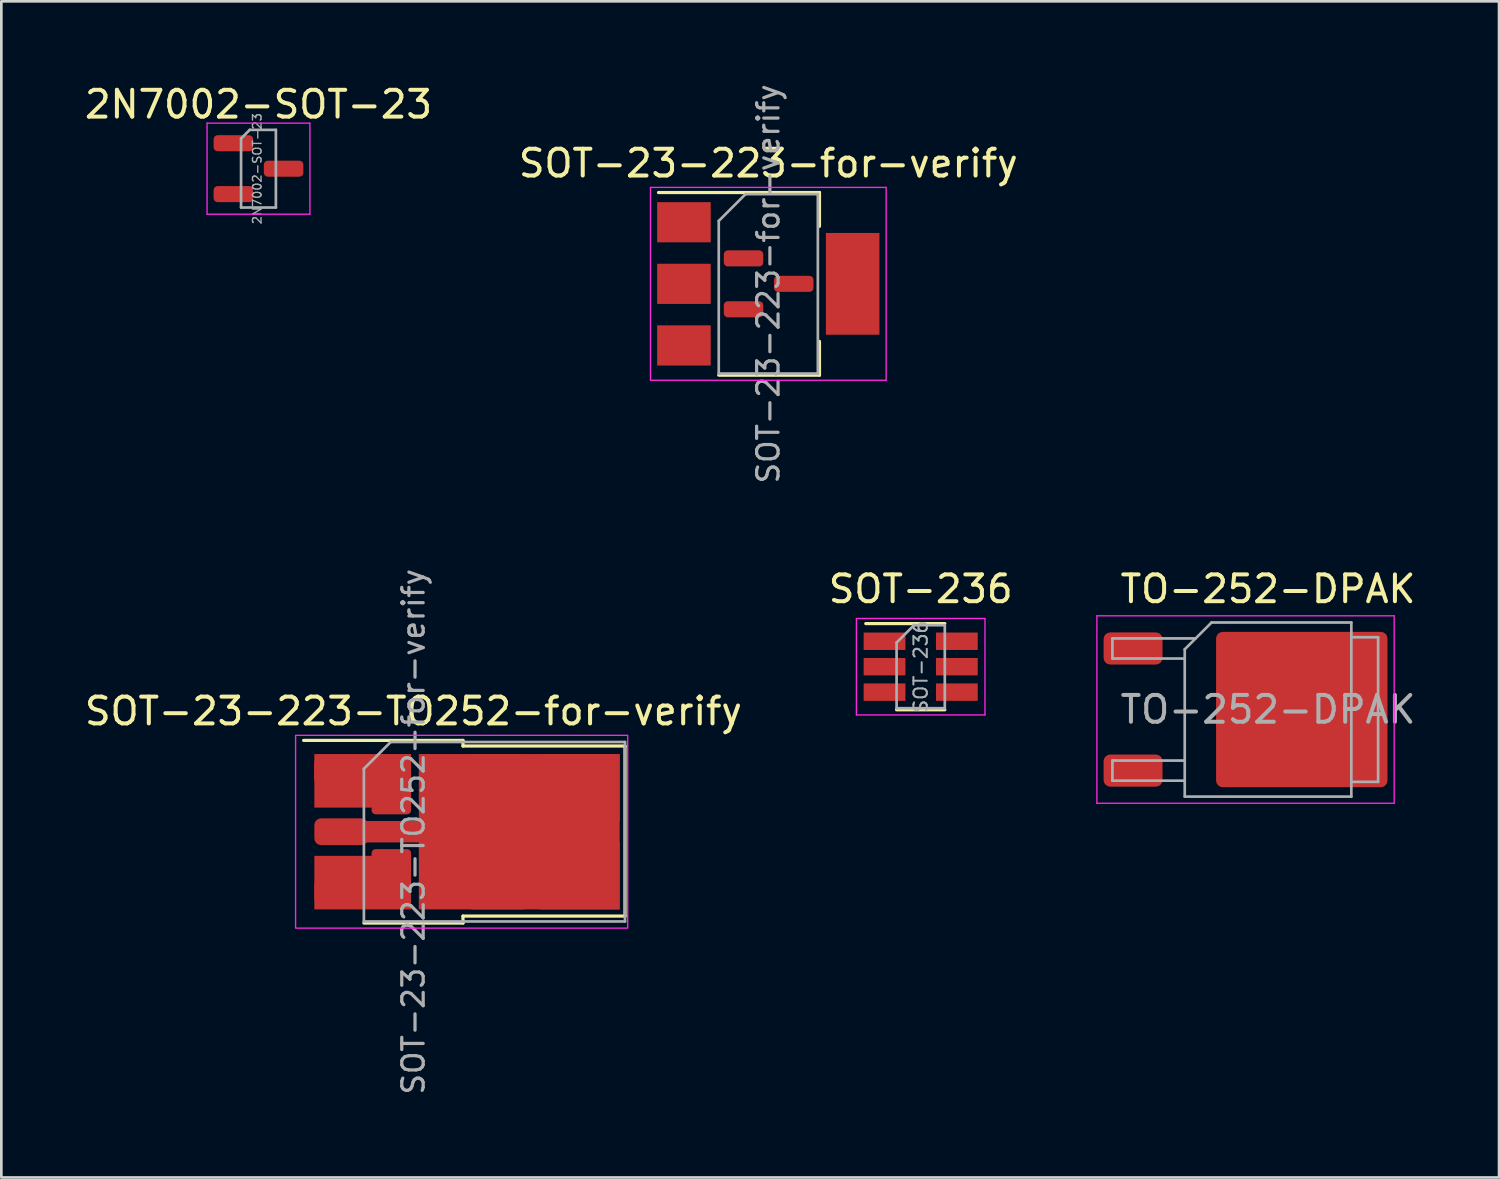
<source format=kicad_pcb>
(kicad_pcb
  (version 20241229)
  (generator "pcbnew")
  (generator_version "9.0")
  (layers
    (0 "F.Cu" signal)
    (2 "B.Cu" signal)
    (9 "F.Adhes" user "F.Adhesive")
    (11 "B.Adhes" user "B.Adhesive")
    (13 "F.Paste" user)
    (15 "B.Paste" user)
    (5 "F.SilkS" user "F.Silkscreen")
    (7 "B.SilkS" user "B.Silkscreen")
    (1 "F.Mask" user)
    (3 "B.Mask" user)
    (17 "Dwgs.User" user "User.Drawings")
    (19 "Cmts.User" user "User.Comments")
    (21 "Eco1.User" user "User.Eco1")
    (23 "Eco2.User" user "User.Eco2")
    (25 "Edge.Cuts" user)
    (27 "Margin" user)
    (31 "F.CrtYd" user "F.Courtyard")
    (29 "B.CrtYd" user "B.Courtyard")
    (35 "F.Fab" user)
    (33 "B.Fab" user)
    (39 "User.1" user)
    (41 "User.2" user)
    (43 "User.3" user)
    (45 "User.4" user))
  (footprint "SOT-236"
    (layer "F.Cu")
    (at 31.327 21.843)
    (property "Reference" "SOT-236" (at 0 -2.9 0) (layer "F.SilkS") (effects (font (size 1 1) (thickness 0.15))))
    (attr smd)
    (fp_line (start -0.9 1.61) (end 0.9 1.61) (stroke (width 0.12) (type solid)) (layer "F.SilkS"))
    (fp_line (start 0.9 -1.61) (end -2.05 -1.61) (stroke (width 0.12) (type solid)) (layer "F.SilkS"))
    (fp_line (start -2.4 -1.8) (end 2.4 -1.8) (stroke (width 0.05) (type solid)) (layer "F.CrtYd"))
    (fp_line (start -2.4 1.8) (end -2.4 -1.8) (stroke (width 0.05) (type solid)) (layer "F.CrtYd"))
    (fp_line (start 2.4 -1.8) (end 2.4 1.8) (stroke (width 0.05) (type solid)) (layer "F.CrtYd"))
    (fp_line (start 2.4 1.8) (end -2.4 1.8) (stroke (width 0.05) (type solid)) (layer "F.CrtYd"))
    (fp_line (start -0.9 -0.9) (end -0.9 1.55) (stroke (width 0.1) (type solid)) (layer "F.Fab"))
    (fp_line (start -0.9 -0.9) (end -0.25 -1.55) (stroke (width 0.1) (type solid)) (layer "F.Fab"))
    (fp_line (start 0.9 -1.55) (end -0.25 -1.55) (stroke (width 0.1) (type solid)) (layer "F.Fab"))
    (fp_line (start 0.9 -1.55) (end 0.9 1.55) (stroke (width 0.1) (type solid)) (layer "F.Fab"))
    (fp_line (start 0.9 1.55) (end -0.9 1.55) (stroke (width 0.1) (type solid)) (layer "F.Fab"))
    (fp_text user "${REFERENCE}" (at 0 0 90) (layer "F.Fab") (effects (font (size 0.5 0.5) (thickness 0.075))))
    (pad "1" smd rect (at -1.35 -0.95) (size 1.56 0.65) (layers "F.Cu" "F.Mask" "F.Paste"))
    (pad "2" smd rect (at -1.35 0) (size 1.56 0.65) (layers "F.Cu" "F.Mask" "F.Paste"))
    (pad "3" smd rect (at -1.35 0.95) (size 1.56 0.65) (layers "F.Cu" "F.Mask" "F.Paste"))
    (pad "4" smd rect (at 1.35 0.95) (size 1.56 0.65) (layers "F.Cu" "F.Mask" "F.Paste"))
    (pad "5" smd rect (at 1.35 0) (size 1.56 0.65) (layers "F.Cu" "F.Mask" "F.Paste"))
    (pad "6" smd rect (at 1.35 -0.95) (size 1.56 0.65) (layers "F.Cu" "F.Mask" "F.Paste")))
  (footprint "2N7002-SOT-23"
    (layer "F.Cu")
    (at 6.601 3.248)
    (property "Reference" "2N7002-SOT-23" (at 0 -2.4 0) (layer "F.SilkS") (effects (font (size 1 1) (thickness 0.15))))
    (attr smd)
    (fp_line (start -1.92 -1.7) (end -1.92 1.7) (stroke (width 0.05) (type solid)) (layer "F.CrtYd"))
    (fp_line (start -1.92 1.7) (end 1.92 1.7) (stroke (width 0.05) (type solid)) (layer "F.CrtYd"))
    (fp_line (start 1.92 -1.7) (end -1.92 -1.7) (stroke (width 0.05) (type solid)) (layer "F.CrtYd"))
    (fp_line (start 1.92 1.7) (end 1.92 -1.7) (stroke (width 0.05) (type solid)) (layer "F.CrtYd"))
    (fp_line (start -0.65 -1.125) (end -0.325 -1.45) (stroke (width 0.1) (type solid)) (layer "F.Fab"))
    (fp_line (start -0.65 1.45) (end -0.65 -1.125) (stroke (width 0.1) (type solid)) (layer "F.Fab"))
    (fp_line (start -0.325 -1.45) (end 0.65 -1.45) (stroke (width 0.1) (type solid)) (layer "F.Fab"))
    (fp_line (start 0.65 -1.45) (end 0.65 1.45) (stroke (width 0.1) (type solid)) (layer "F.Fab"))
    (fp_line (start 0.65 1.45) (end -0.65 1.45) (stroke (width 0.1) (type solid)) (layer "F.Fab"))
    (fp_text user "${REFERENCE}" (at -0.05 0 90) (layer "F.Fab") (effects (font (size 0.32 0.32) (thickness 0.05))))
    (pad "1" smd roundrect (at -0.938 -0.95) (size 1.475 0.6) (layers "F.Cu" "F.Mask" "F.Paste") (roundrect_rratio 0.25))
    (pad "2" smd roundrect (at -0.938 0.95) (size 1.475 0.6) (layers "F.Cu" "F.Mask" "F.Paste") (roundrect_rratio 0.25))
    (pad "3" smd roundrect (at 0.938 0) (size 1.475 0.6) (layers "F.Cu" "F.Mask" "F.Paste") (roundrect_rratio 0.25)))
  (footprint "SOT-23-223-for-verify"
    (layer "F.Cu")
    (at 25.637 7.548)
    (property "Reference" "SOT-23-223-for-verify" (at 0 -4.5 0) (layer "F.SilkS") (effects (font (size 1 1) (thickness 0.15))))
    (attr smd)
    (fp_line (start -4.1 -3.41) (end 1.91 -3.41) (stroke (width 0.12) (type solid)) (layer "F.SilkS"))
    (fp_line (start -1.85 3.41) (end 1.91 3.41) (stroke (width 0.12) (type solid)) (layer "F.SilkS"))
    (fp_line (start 1.91 -3.41) (end 1.91 -2.15) (stroke (width 0.12) (type solid)) (layer "F.SilkS"))
    (fp_line (start 1.91 3.41) (end 1.91 2.15) (stroke (width 0.12) (type solid)) (layer "F.SilkS"))
    (fp_line (start -4.4 -3.6) (end -4.4 3.6) (stroke (width 0.05) (type solid)) (layer "F.CrtYd"))
    (fp_line (start -4.4 3.6) (end 4.4 3.6) (stroke (width 0.05) (type solid)) (layer "F.CrtYd"))
    (fp_line (start 4.4 -3.6) (end -4.4 -3.6) (stroke (width 0.05) (type solid)) (layer "F.CrtYd"))
    (fp_line (start 4.4 3.6) (end 4.4 -3.6) (stroke (width 0.05) (type solid)) (layer "F.CrtYd"))
    (fp_line (start -1.85 -2.35) (end -1.85 3.35) (stroke (width 0.1) (type solid)) (layer "F.Fab"))
    (fp_line (start -1.85 -2.35) (end -0.85 -3.35) (stroke (width 0.1) (type solid)) (layer "F.Fab"))
    (fp_line (start -1.85 3.35) (end 1.85 3.35) (stroke (width 0.1) (type solid)) (layer "F.Fab"))
    (fp_line (start -0.85 -3.35) (end 1.85 -3.35) (stroke (width 0.1) (type solid)) (layer "F.Fab"))
    (fp_line (start 1.85 -3.35) (end 1.85 3.35) (stroke (width 0.1) (type solid)) (layer "F.Fab"))
    (fp_text user "${REFERENCE}" (at 0 0 90) (layer "F.Fab") (effects (font (size 0.8 0.8) (thickness 0.12))))
    (pad "1" smd rect (at -3.15 -2.3) (size 2 1.5) (layers "F.Cu" "F.Mask" "F.Paste"))
    (pad "1" smd roundrect (at -0.925 -0.95) (size 1.475 0.6) (layers "F.Cu" "F.Mask" "F.Paste") (roundrect_rratio 0.25))
    (pad "2" smd rect (at -3.15 0) (size 2 1.5) (layers "F.Cu" "F.Mask" "F.Paste"))
    (pad "2" smd roundrect (at -0.925 0.95) (size 1.475 0.6) (layers "F.Cu" "F.Mask" "F.Paste") (roundrect_rratio 0.25))
    (pad "2" smd rect (at 3.15 0) (size 2 3.8) (layers "F.Cu" "F.Mask" "F.Paste"))
    (pad "3" smd rect (at -3.15 2.3) (size 2 1.5) (layers "F.Cu" "F.Mask" "F.Paste"))
    (pad "3" smd roundrect (at 0.95 0) (size 1.475 0.6) (layers "F.Cu" "F.Mask" "F.Paste") (roundrect_rratio 0.25)))
  (footprint "TO-252-DPAK"
    (layer "F.Cu")
    (at 44.296 23.443)
    (property "Reference" "TO-252-DPAK" (at 0 -4.5 0) (layer "F.SilkS") (effects (font (size 1 1) (thickness 0.15))))
    (attr smd)
    (fp_line (start -6.39 -3.5) (end -6.39 3.5) (stroke (width 0.05) (type solid)) (layer "F.CrtYd"))
    (fp_line (start -6.39 3.5) (end 4.71 3.5) (stroke (width 0.05) (type solid)) (layer "F.CrtYd"))
    (fp_line (start 4.71 -3.5) (end -6.39 -3.5) (stroke (width 0.05) (type solid)) (layer "F.CrtYd"))
    (fp_line (start 4.71 3.5) (end 4.71 -3.5) (stroke (width 0.05) (type solid)) (layer "F.CrtYd"))
    (fp_line (start -5.81 -2.655) (end -5.81 -1.905) (stroke (width 0.1) (type solid)) (layer "F.Fab"))
    (fp_line (start -5.81 -1.905) (end -3.11 -1.905) (stroke (width 0.1) (type solid)) (layer "F.Fab"))
    (fp_line (start -5.81 1.905) (end -5.81 2.655) (stroke (width 0.1) (type solid)) (layer "F.Fab"))
    (fp_line (start -5.81 2.655) (end -3.11 2.655) (stroke (width 0.1) (type solid)) (layer "F.Fab"))
    (fp_line (start -3.11 -2.25) (end -2.11 -3.25) (stroke (width 0.1) (type solid)) (layer "F.Fab"))
    (fp_line (start -3.11 1.905) (end -5.81 1.905) (stroke (width 0.1) (type solid)) (layer "F.Fab"))
    (fp_line (start -3.11 3.25) (end -3.11 -2.25) (stroke (width 0.1) (type solid)) (layer "F.Fab"))
    (fp_line (start -2.705 -2.655) (end -5.81 -2.655) (stroke (width 0.1) (type solid)) (layer "F.Fab"))
    (fp_line (start -2.11 -3.25) (end 3.11 -3.25) (stroke (width 0.1) (type solid)) (layer "F.Fab"))
    (fp_line (start 3.11 -3.25) (end 3.11 3.25) (stroke (width 0.1) (type solid)) (layer "F.Fab"))
    (fp_line (start 3.11 -2.7) (end 4.11 -2.7) (stroke (width 0.1) (type solid)) (layer "F.Fab"))
    (fp_line (start 3.11 3.25) (end -3.11 3.25) (stroke (width 0.1) (type solid)) (layer "F.Fab"))
    (fp_line (start 4.11 -2.7) (end 4.11 2.7) (stroke (width 0.1) (type solid)) (layer "F.Fab"))
    (fp_line (start 4.11 2.7) (end 3.11 2.7) (stroke (width 0.1) (type solid)) (layer "F.Fab"))
    (fp_text user "${REFERENCE}" (at 0 0 0) (layer "F.Fab") (effects (font (size 1 1) (thickness 0.15))))
    (pad "1" smd roundrect (at -5.04 -2.28) (size 2.2 1.2) (layers "F.Cu" "F.Mask" "F.Paste") (roundrect_rratio 0.208))
    (pad "2" smd roundrect (at 1.26 0) (size 6.4 5.8) (layers "F.Cu" "F.Mask" "F.Paste") (roundrect_rratio 0.043))
    (pad "3" smd roundrect (at -5.04 2.28) (size 2.2 1.2) (layers "F.Cu" "F.Mask" "F.Paste") (roundrect_rratio 0.208)))
  (footprint "SOT-23-223-TO252-for-verify"
    (layer "F.Cu")
    (at 12.387 28.005)
    (property "Reference" "SOT-23-223-TO252-for-verify" (at 0 -4.5 0) (layer "F.SilkS") (effects (font (size 1 1) (thickness 0.15))))
    (attr smd)
    (fp_line (start -4.1 -3.41) (end 1.85 -3.41) (stroke (width 0.12) (type solid)) (layer "F.SilkS"))
    (fp_line (start -1.85 3.41) (end 1.85 3.41) (stroke (width 0.12) (type solid)) (layer "F.SilkS"))
    (fp_line (start 1.85 -3.41) (end 1.85 -3.2) (stroke (width 0.12) (type solid)) (layer "F.SilkS"))
    (fp_line (start 1.85 3.15) (end 7.9 3.15) (stroke (width 0.12) (type solid)) (layer "F.SilkS"))
    (fp_line (start 1.85 3.41) (end 1.85 3.15) (stroke (width 0.12) (type solid)) (layer "F.SilkS"))
    (fp_line (start 7.9 -3.2) (end 1.85 -3.2) (stroke (width 0.12) (type solid)) (layer "F.SilkS"))
    (fp_line (start 7.9 3.15) (end 7.9 -3.2) (stroke (width 0.12) (type solid)) (layer "F.SilkS"))
    (fp_rect (start -4.4 -3.6) (end 8 3.6) (stroke (width 0.05) (type solid)) (fill no) (layer "F.CrtYd"))
    (fp_line (start -1.85 -2.35) (end -1.85 3.35) (stroke (width 0.1) (type solid)) (layer "F.Fab"))
    (fp_line (start -1.85 -2.35) (end -0.85 -3.35) (stroke (width 0.1) (type solid)) (layer "F.Fab"))
    (fp_line (start -1.85 3.35) (end 7.9 3.35) (stroke (width 0.1) (type solid)) (layer "F.Fab"))
    (fp_line (start -0.85 -3.35) (end 7.9 -3.35) (stroke (width 0.1) (type solid)) (layer "F.Fab"))
    (fp_line (start 7.9 -3.35) (end 7.9 3.35) (stroke (width 0.1) (type solid)) (layer "F.Fab"))
    (fp_text user "${REFERENCE}" (at 0 0 90) (layer "F.Fab") (effects (font (size 0.8 0.8) (thickness 0.12))))
    (pad "1" smd roundrect (at -3.3 -2.3) (size 0.8 1) (layers "F.Cu" "F.Mask" "F.Paste") (roundrect_rratio 0.25))
    (pad "1" smd roundrect (at -2.358 -2.25) (size 2.684 1.1) (layers "F.Cu" "F.Mask" "F.Paste") (roundrect_rratio 0.25))
    (pad "1" smd rect (at -1.894 -1.9) (size 3.612 2) (layers "F.Cu"))
    (pad "1" smd roundrect (at -0.825 -0.95) (size 1.475 0.6) (layers "F.Cu" "F.Mask" "F.Paste") (roundrect_rratio 0.25))
    (pad "2" smd roundrect (at -2.358 2.247) (size 2.684 1.094) (layers "F.Cu" "F.Mask" "F.Paste") (roundrect_rratio 0.25))
    (pad "2" smd rect (at -1.894 1.9) (size 3.612 2) (layers "F.Cu"))
    (pad "2" smd roundrect (at -0.825 0.95) (size 1.475 0.6) (layers "F.Cu" "F.Mask" "F.Paste") (roundrect_rratio 0.25))
    (pad "3" smd roundrect (at -2.7 0) (size 2 1) (layers "F.Cu" "F.Mask" "F.Paste") (roundrect_rratio 0.25))
    (pad "3" smd rect (at -0.5 0) (size 5.2 0.8) (layers "F.Cu"))
    (pad "3" smd roundrect (at 1.05 0) (size 1.475 0.6) (layers "F.Cu" "F.Mask" "F.Paste") (roundrect_rratio 0.25))
    (pad "3" smd rect (at 3.15 -2.475) (size 2 0.85) (layers "F.Cu" "F.Mask" "F.Paste"))
    (pad "3" smd rect (at 3.15 0) (size 2 3) (layers "F.Cu" "F.Mask" "F.Paste"))
    (pad "3" smd rect (at 3.15 2.475) (size 2 0.85) (layers "F.Cu" "F.Mask" "F.Paste"))
    (pad "3" smd rect (at 3.95 0) (size 7.5 5.8) (layers "F.Cu"))
    (pad "3" smd rect (at 6.2 -1.65) (size 3 2.5) (layers "F.Cu" "F.Mask" "F.Paste"))
    (pad "3" smd rect (at 6.2 1.65) (size 3 2.5) (layers "F.Cu" "F.Mask" "F.Paste")))
  (gr_rect
    (start -3 -3)
    (end 52.921 40.914)
    (stroke (width 0.1) (type default))
    (fill no)
    (layer "Edge.Cuts")))
</source>
